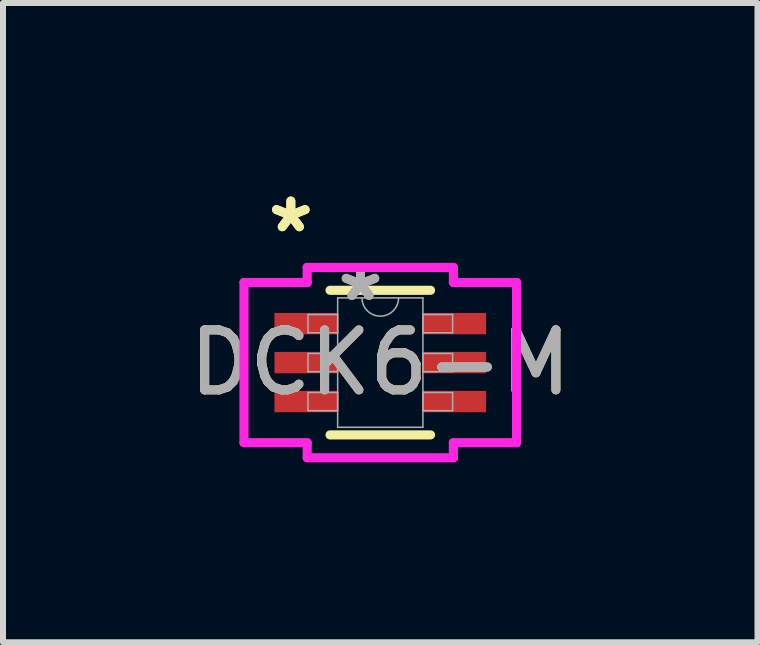
<source format=kicad_pcb>
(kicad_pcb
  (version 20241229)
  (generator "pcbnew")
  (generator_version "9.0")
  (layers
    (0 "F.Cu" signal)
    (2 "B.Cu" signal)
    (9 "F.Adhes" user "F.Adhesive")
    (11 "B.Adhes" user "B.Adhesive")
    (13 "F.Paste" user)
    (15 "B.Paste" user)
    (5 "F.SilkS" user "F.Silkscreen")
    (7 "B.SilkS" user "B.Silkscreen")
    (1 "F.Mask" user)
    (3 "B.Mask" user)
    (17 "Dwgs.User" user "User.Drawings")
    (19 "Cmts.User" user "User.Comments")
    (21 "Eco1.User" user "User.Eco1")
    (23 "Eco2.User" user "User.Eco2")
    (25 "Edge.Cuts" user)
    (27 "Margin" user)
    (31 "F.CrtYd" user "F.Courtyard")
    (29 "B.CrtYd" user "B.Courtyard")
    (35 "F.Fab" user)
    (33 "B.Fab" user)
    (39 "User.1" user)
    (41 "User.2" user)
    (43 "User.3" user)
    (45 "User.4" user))
  (footprint "DCK6-M"
    (layer "F.Cu")
    (at 3.292 2.997)
    (property "Reference" "DCK6-M" (at 0 0 0) (unlocked yes) (layer "F.SilkS") (effects (font (size 1 1) (thickness 0.15))))
    (attr smd)
    (fp_line (start -0.838 1.206) (end 0.838 1.206) (stroke (width 0.152) (type solid)) (layer "F.SilkS"))
    (fp_line (start 0.838 -1.206) (end -0.838 -1.206) (stroke (width 0.152) (type solid)) (layer "F.SilkS"))
    (fp_line (start -2.273 -1.336) (end -1.219 -1.336) (stroke (width 0.152) (type solid)) (layer "F.CrtYd"))
    (fp_line (start -2.273 1.336) (end -2.273 -1.336) (stroke (width 0.152) (type solid)) (layer "F.CrtYd"))
    (fp_line (start -2.273 1.336) (end -1.219 1.336) (stroke (width 0.152) (type solid)) (layer "F.CrtYd"))
    (fp_line (start -1.219 -1.587) (end 1.219 -1.587) (stroke (width 0.152) (type solid)) (layer "F.CrtYd"))
    (fp_line (start -1.219 -1.336) (end -1.219 -1.587) (stroke (width 0.152) (type solid)) (layer "F.CrtYd"))
    (fp_line (start -1.219 1.587) (end -1.219 1.336) (stroke (width 0.152) (type solid)) (layer "F.CrtYd"))
    (fp_line (start 1.219 -1.587) (end 1.219 -1.336) (stroke (width 0.152) (type solid)) (layer "F.CrtYd"))
    (fp_line (start 1.219 1.336) (end 1.219 1.587) (stroke (width 0.152) (type solid)) (layer "F.CrtYd"))
    (fp_line (start 1.219 1.587) (end -1.219 1.587) (stroke (width 0.152) (type solid)) (layer "F.CrtYd"))
    (fp_line (start 2.273 -1.336) (end 1.219 -1.336) (stroke (width 0.152) (type solid)) (layer "F.CrtYd"))
    (fp_line (start 2.273 -1.336) (end 2.273 1.336) (stroke (width 0.152) (type solid)) (layer "F.CrtYd"))
    (fp_line (start 2.273 1.336) (end 1.219 1.336) (stroke (width 0.152) (type solid)) (layer "F.CrtYd"))
    (fp_line (start -1.206 -0.802) (end -1.206 -0.498) (stroke (width 0.025) (type solid)) (layer "F.Fab"))
    (fp_line (start -1.206 -0.498) (end -0.711 -0.498) (stroke (width 0.025) (type solid)) (layer "F.Fab"))
    (fp_line (start -1.206 -0.152) (end -1.206 0.152) (stroke (width 0.025) (type solid)) (layer "F.Fab"))
    (fp_line (start -1.206 0.152) (end -0.711 0.152) (stroke (width 0.025) (type solid)) (layer "F.Fab"))
    (fp_line (start -1.206 0.498) (end -1.206 0.802) (stroke (width 0.025) (type solid)) (layer "F.Fab"))
    (fp_line (start -1.206 0.802) (end -0.711 0.802) (stroke (width 0.025) (type solid)) (layer "F.Fab"))
    (fp_line (start -0.711 -1.079) (end -0.711 1.079) (stroke (width 0.025) (type solid)) (layer "F.Fab"))
    (fp_line (start -0.711 -0.802) (end -1.206 -0.802) (stroke (width 0.025) (type solid)) (layer "F.Fab"))
    (fp_line (start -0.711 -0.498) (end -0.711 -0.802) (stroke (width 0.025) (type solid)) (layer "F.Fab"))
    (fp_line (start -0.711 -0.152) (end -1.206 -0.152) (stroke (width 0.025) (type solid)) (layer "F.Fab"))
    (fp_line (start -0.711 0.152) (end -0.711 -0.152) (stroke (width 0.025) (type solid)) (layer "F.Fab"))
    (fp_line (start -0.711 0.498) (end -1.206 0.498) (stroke (width 0.025) (type solid)) (layer "F.Fab"))
    (fp_line (start -0.711 0.802) (end -0.711 0.498) (stroke (width 0.025) (type solid)) (layer "F.Fab"))
    (fp_line (start -0.711 1.079) (end 0.711 1.079) (stroke (width 0.025) (type solid)) (layer "F.Fab"))
    (fp_line (start 0.711 -1.079) (end -0.711 -1.079) (stroke (width 0.025) (type solid)) (layer "F.Fab"))
    (fp_line (start 0.711 -0.802) (end 0.711 -0.498) (stroke (width 0.025) (type solid)) (layer "F.Fab"))
    (fp_line (start 0.711 -0.498) (end 1.206 -0.498) (stroke (width 0.025) (type solid)) (layer "F.Fab"))
    (fp_line (start 0.711 -0.152) (end 0.711 0.152) (stroke (width 0.025) (type solid)) (layer "F.Fab"))
    (fp_line (start 0.711 0.152) (end 1.206 0.152) (stroke (width 0.025) (type solid)) (layer "F.Fab"))
    (fp_line (start 0.711 0.498) (end 0.711 0.802) (stroke (width 0.025) (type solid)) (layer "F.Fab"))
    (fp_line (start 0.711 0.802) (end 1.206 0.802) (stroke (width 0.025) (type solid)) (layer "F.Fab"))
    (fp_line (start 0.711 1.079) (end 0.711 -1.079) (stroke (width 0.025) (type solid)) (layer "F.Fab"))
    (fp_line (start 1.206 -0.802) (end 0.711 -0.802) (stroke (width 0.025) (type solid)) (layer "F.Fab"))
    (fp_line (start 1.206 -0.498) (end 1.206 -0.802) (stroke (width 0.025) (type solid)) (layer "F.Fab"))
    (fp_line (start 1.206 -0.152) (end 0.711 -0.152) (stroke (width 0.025) (type solid)) (layer "F.Fab"))
    (fp_line (start 1.206 0.152) (end 1.206 -0.152) (stroke (width 0.025) (type solid)) (layer "F.Fab"))
    (fp_line (start 1.206 0.498) (end 0.711 0.498) (stroke (width 0.025) (type solid)) (layer "F.Fab"))
    (fp_line (start 1.206 0.802) (end 1.206 0.498) (stroke (width 0.025) (type solid)) (layer "F.Fab"))
    (fp_arc (start 0.3048 -1.0795) (mid 0 -0.7747) (end -0.3048 -1.0795) (stroke (width 0.0254) (type solid)) (layer "F.Fab"))
    (fp_text user "*" (at -1.492 -2.149 0) (layer "F.SilkS") (effects (font (size 1 1) (thickness 0.15))))
    (fp_text user "*" (at -1.492 -2.149 0) (unlocked yes) (layer "F.SilkS") (effects (font (size 1 1) (thickness 0.15))))
    (fp_text user "*" (at -0.33 -1.003 0) (layer "F.Fab") (effects (font (size 1 1) (thickness 0.15))))
    (fp_text user "${REFERENCE}" (at 0 0 0) (unlocked yes) (layer "F.Fab") (effects (font (size 1 1) (thickness 0.15))))
    (fp_text user "*" (at -0.33 -1.003 0) (unlocked yes) (layer "F.Fab") (effects (font (size 1 1) (thickness 0.15))))
    (pad "1" smd rect (at -1.238 -0.65) (size 1.054 0.356) (layers "F.Cu" "F.Mask" "F.Paste"))
    (pad "2" smd rect (at -1.238 0) (size 1.054 0.356) (layers "F.Cu" "F.Mask" "F.Paste"))
    (pad "3" smd rect (at -1.238 0.65) (size 1.054 0.356) (layers "F.Cu" "F.Mask" "F.Paste"))
    (pad "4" smd rect (at 1.238 0.65) (size 1.054 0.356) (layers "F.Cu" "F.Mask" "F.Paste"))
    (pad "5" smd rect (at 1.238 0) (size 1.054 0.356) (layers "F.Cu" "F.Mask" "F.Paste"))
    (pad "6" smd rect (at 1.238 -0.65) (size 1.054 0.356) (layers "F.Cu" "F.Mask" "F.Paste")))
  (gr_rect
    (start -3 -3)
    (end 9.583 7.661)
    (stroke (width 0.1) (type default))
    (fill no)
    (layer "Edge.Cuts")))
</source>
